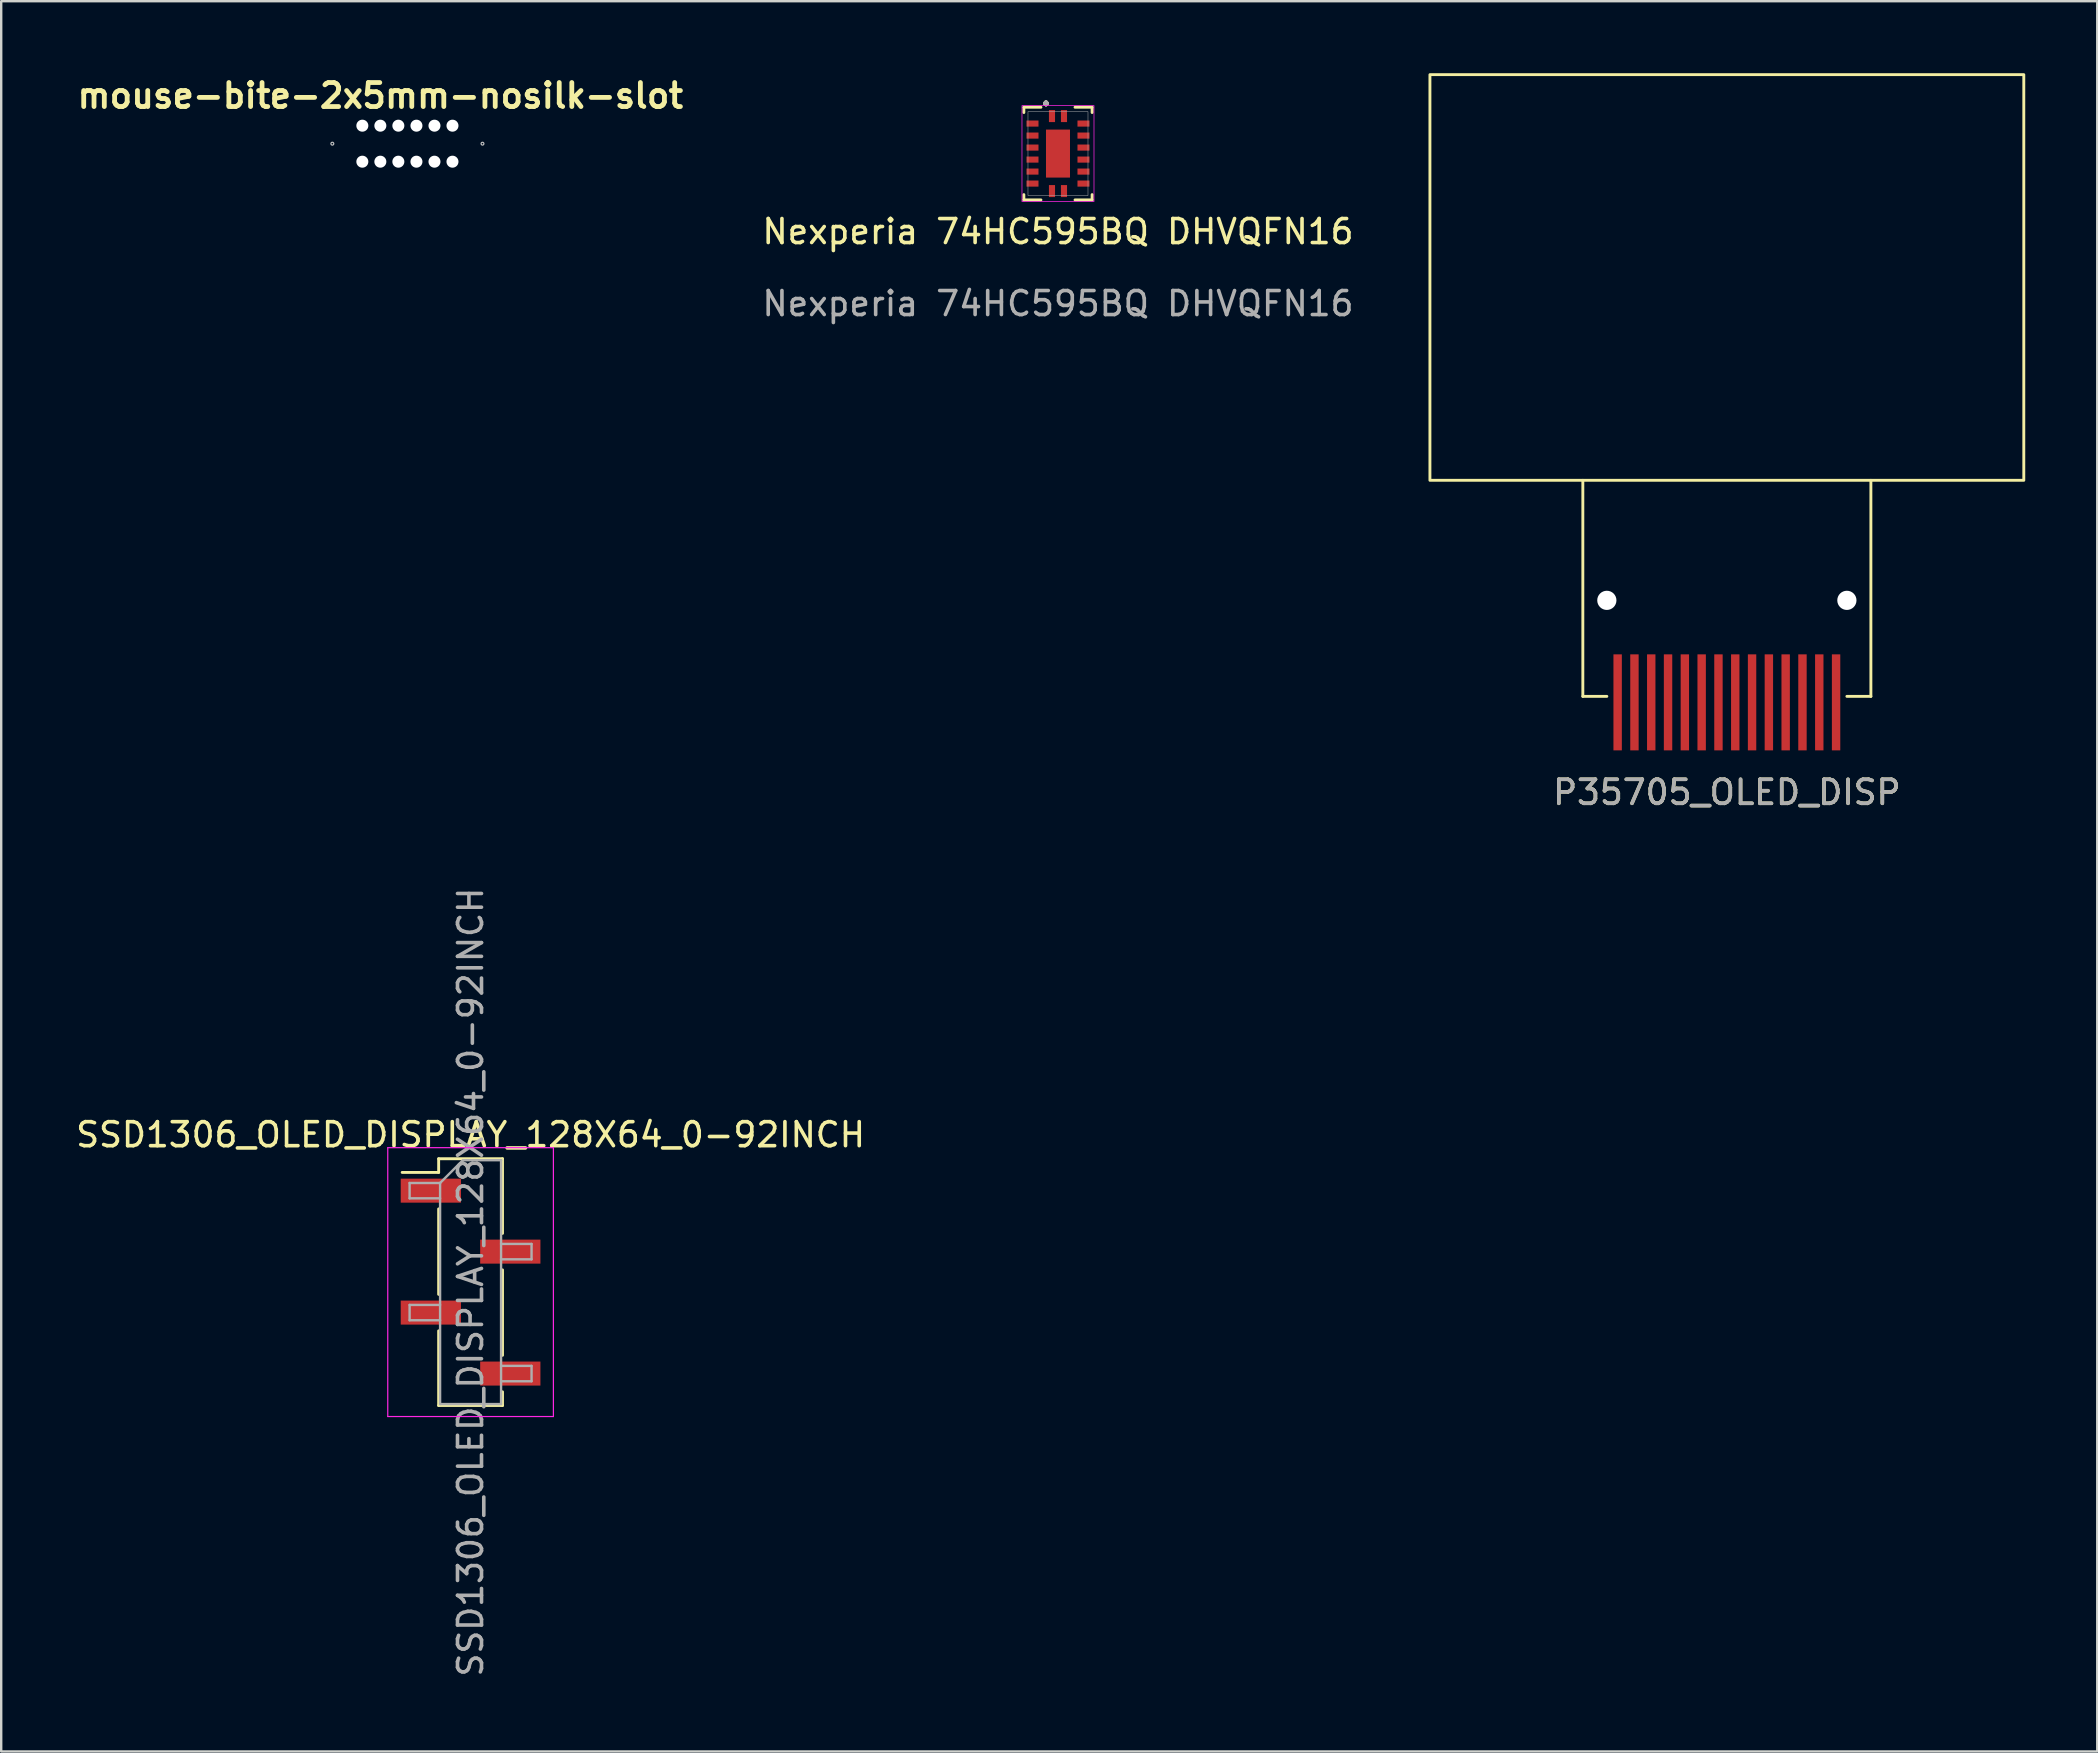
<source format=kicad_pcb>
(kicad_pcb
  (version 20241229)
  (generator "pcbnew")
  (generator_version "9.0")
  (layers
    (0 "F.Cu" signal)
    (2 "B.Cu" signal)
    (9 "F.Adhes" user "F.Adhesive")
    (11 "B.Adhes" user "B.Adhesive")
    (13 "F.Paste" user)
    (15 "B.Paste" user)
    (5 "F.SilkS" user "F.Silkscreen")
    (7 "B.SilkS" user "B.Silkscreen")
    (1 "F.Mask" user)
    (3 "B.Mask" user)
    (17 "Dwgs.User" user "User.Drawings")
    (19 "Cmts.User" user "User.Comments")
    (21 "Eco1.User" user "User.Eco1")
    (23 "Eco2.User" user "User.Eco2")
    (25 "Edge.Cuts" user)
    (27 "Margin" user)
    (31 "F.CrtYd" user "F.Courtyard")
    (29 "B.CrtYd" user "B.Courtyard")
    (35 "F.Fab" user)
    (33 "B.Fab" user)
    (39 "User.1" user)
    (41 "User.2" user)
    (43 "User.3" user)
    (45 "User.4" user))
  (footprint "SSD1306_OLED_DISPLAY_128X64_0-92INCH"
    (layer "F.Cu")
    (at 16.554 50.362)
    (property "Reference" "SSD1306_OLED_DISPLAY_128X64_0-92INCH" (at 0 -6.14 0) (layer "F.SilkS") (effects (font (size 1 1) (thickness 0.15))))
    (attr smd)
    (fp_line (start -1.33 -5.14) (end -1.33 -4.57) (stroke (width 0.12) (type solid)) (layer "F.SilkS"))
    (fp_line (start -1.33 -5.14) (end 1.33 -5.14) (stroke (width 0.12) (type solid)) (layer "F.SilkS"))
    (fp_line (start -1.33 -4.57) (end -2.85 -4.57) (stroke (width 0.12) (type solid)) (layer "F.SilkS"))
    (fp_line (start -1.33 -3.05) (end -1.33 0.51) (stroke (width 0.12) (type solid)) (layer "F.SilkS"))
    (fp_line (start -1.33 2.03) (end -1.33 5.14) (stroke (width 0.12) (type solid)) (layer "F.SilkS"))
    (fp_line (start -1.33 5.14) (end 1.33 5.14) (stroke (width 0.12) (type solid)) (layer "F.SilkS"))
    (fp_line (start 1.33 -5.14) (end 1.33 -2.03) (stroke (width 0.12) (type solid)) (layer "F.SilkS"))
    (fp_line (start 1.33 -0.51) (end 1.33 3.05) (stroke (width 0.12) (type solid)) (layer "F.SilkS"))
    (fp_line (start 1.33 4.57) (end 1.33 5.14) (stroke (width 0.12) (type solid)) (layer "F.SilkS"))
    (fp_rect (start -1.5 -12.35) (end 25.5 12.35) (stroke (width 0.12) (type solid)) (fill no) (layer "Eco1.User"))
    (fp_rect (start 3.6 -12.35) (end 17.5 12.35) (stroke (width 0.12) (type solid)) (fill no) (layer "Eco1.User"))
    (fp_circle (center 0.5 -10.25) (end 1.9 -10.25) (stroke (width 0.12) (type solid)) (fill no) (layer "Eco1.User"))
    (fp_circle (center 0.5 10.25) (end 1.9 10.25) (stroke (width 0.12) (type solid)) (fill no) (layer "Eco1.User"))
    (fp_circle (center 23.5 -10.25) (end 22.1 -10.25) (stroke (width 0.12) (type solid)) (fill no) (layer "Eco1.User"))
    (fp_circle (center 23.5 10.25) (end 22.1 10.25) (stroke (width 0.12) (type solid)) (fill no) (layer "Eco1.User"))
    (fp_line (start -3.45 -5.6) (end -3.45 5.6) (stroke (width 0.05) (type solid)) (layer "F.CrtYd"))
    (fp_line (start -3.45 5.6) (end 3.45 5.6) (stroke (width 0.05) (type solid)) (layer "F.CrtYd"))
    (fp_line (start 3.45 -5.6) (end -3.45 -5.6) (stroke (width 0.05) (type solid)) (layer "F.CrtYd"))
    (fp_line (start 3.45 5.6) (end 3.45 -5.6) (stroke (width 0.05) (type solid)) (layer "F.CrtYd"))
    (fp_line (start -2.54 -4.13) (end -2.54 -3.49) (stroke (width 0.1) (type solid)) (layer "F.Fab"))
    (fp_line (start -2.54 -3.49) (end -1.27 -3.49) (stroke (width 0.1) (type solid)) (layer "F.Fab"))
    (fp_line (start -2.54 0.95) (end -2.54 1.59) (stroke (width 0.1) (type solid)) (layer "F.Fab"))
    (fp_line (start -2.54 1.59) (end -1.27 1.59) (stroke (width 0.1) (type solid)) (layer "F.Fab"))
    (fp_line (start -1.27 -4.13) (end -2.54 -4.13) (stroke (width 0.1) (type solid)) (layer "F.Fab"))
    (fp_line (start -1.27 -4.13) (end -0.32 -5.08) (stroke (width 0.1) (type solid)) (layer "F.Fab"))
    (fp_line (start -1.27 0.95) (end -2.54 0.95) (stroke (width 0.1) (type solid)) (layer "F.Fab"))
    (fp_line (start -1.27 5.08) (end -1.27 -4.13) (stroke (width 0.1) (type solid)) (layer "F.Fab"))
    (fp_line (start -0.32 -5.08) (end 1.27 -5.08) (stroke (width 0.1) (type solid)) (layer "F.Fab"))
    (fp_line (start 1.27 -5.08) (end 1.27 5.08) (stroke (width 0.1) (type solid)) (layer "F.Fab"))
    (fp_line (start 1.27 -1.59) (end 2.54 -1.59) (stroke (width 0.1) (type solid)) (layer "F.Fab"))
    (fp_line (start 1.27 3.49) (end 2.54 3.49) (stroke (width 0.1) (type solid)) (layer "F.Fab"))
    (fp_line (start 1.27 5.08) (end -1.27 5.08) (stroke (width 0.1) (type solid)) (layer "F.Fab"))
    (fp_line (start 2.54 -1.59) (end 2.54 -0.95) (stroke (width 0.1) (type solid)) (layer "F.Fab"))
    (fp_line (start 2.54 -0.95) (end 1.27 -0.95) (stroke (width 0.1) (type solid)) (layer "F.Fab"))
    (fp_line (start 2.54 3.49) (end 2.54 4.13) (stroke (width 0.1) (type solid)) (layer "F.Fab"))
    (fp_line (start 2.54 4.13) (end 1.27 4.13) (stroke (width 0.1) (type solid)) (layer "F.Fab"))
    (fp_text user "${REFERENCE}" (at 0 0 90) (layer "F.Fab") (effects (font (size 1 1) (thickness 0.15))))
    (pad "1" smd rect (at -1.655 -3.81) (size 2.51 1) (layers "F.Cu" "F.Mask" "F.Paste"))
    (pad "2" smd rect (at 1.655 -1.27) (size 2.51 1) (layers "F.Cu" "F.Mask" "F.Paste"))
    (pad "3" smd rect (at -1.655 1.27) (size 2.51 1) (layers "F.Cu" "F.Mask" "F.Paste"))
    (pad "4" smd rect (at 1.655 3.81) (size 2.51 1) (layers "F.Cu" "F.Mask" "F.Paste")))
  (footprint "mouse-bite-2x5mm-nosilk-slot"
    (layer "F.Cu")
    (at 12.795 2.936)
    (property "Reference" "mouse-bite-2x5mm-nosilk-slot" (at 0 -2 0) (layer "F.SilkS") (effects (font (size 1 1) (thickness 0.2))))
    (attr through_hole)
    (fp_circle (center -2 0) (end -2 -0.06) (stroke (width 0.05) (type solid)) (fill no) (layer "Dwgs.User"))
    (fp_circle (center 4.255 0) (end 4.314 0) (stroke (width 0.05) (type solid)) (fill no) (layer "Dwgs.User"))
    (pad "" np_thru_hole circle (at -0.75 -0.75) (size 0.5 0.5) (drill 0.5) (layers "*.Cu" "*.Mask"))
    (pad "" np_thru_hole circle (at -0.75 0.75) (size 0.5 0.5) (drill 0.5) (layers "*.Cu" "*.Mask"))
    (pad "" np_thru_hole circle (at 0 -0.75) (size 0.5 0.5) (drill 0.5) (layers "*.Cu" "*.Mask"))
    (pad "" np_thru_hole circle (at 0 0.75) (size 0.5 0.5) (drill 0.5) (layers "*.Cu" "*.Mask"))
    (pad "" np_thru_hole circle (at 0.75 -0.75) (size 0.5 0.5) (drill 0.5) (layers "*.Cu" "*.Mask"))
    (pad "" np_thru_hole circle (at 0.75 0.75) (size 0.5 0.5) (drill 0.5) (layers "*.Cu" "*.Mask"))
    (pad "" np_thru_hole circle (at 1.504 -0.75) (size 0.5 0.5) (drill 0.5) (layers "*.Cu" "*.Mask"))
    (pad "" np_thru_hole circle (at 1.504 0.75) (size 0.5 0.5) (drill 0.5) (layers "*.Cu" "*.Mask"))
    (pad "" np_thru_hole circle (at 2.255 -0.75) (size 0.5 0.5) (drill 0.5) (layers "*.Cu" "*.Mask"))
    (pad "" np_thru_hole circle (at 2.255 0.75) (size 0.5 0.5) (drill 0.5) (layers "*.Cu" "*.Mask"))
    (pad "" np_thru_hole circle (at 3.005 -0.75) (size 0.5 0.5) (drill 0.5) (layers "*.Cu" "*.Mask"))
    (pad "" np_thru_hole circle (at 3.005 0.75) (size 0.5 0.5) (drill 0.5) (layers "*.Cu" "*.Mask")))
  (footprint "P35705_OLED_DISP"
    (layer "F.Cu")
    (at 68.89 26.21)
    (property "Reference" "P35705_OLED_DISP" (at 0 3.75 0) (unlocked yes) (layer "F.SilkS") (effects (font (size 1 1) (thickness 0.15))))
    (attr smd)
    (fp_line (start -6 -0.25) (end -6 -9.25) (stroke (width 0.12) (type solid)) (layer "F.SilkS"))
    (fp_line (start -6 -0.25) (end -5 -0.25) (stroke (width 0.12) (type solid)) (layer "F.SilkS"))
    (fp_line (start 6 -0.25) (end 5 -0.25) (stroke (width 0.12) (type solid)) (layer "F.SilkS"))
    (fp_line (start 6 -0.25) (end 6 -9.25) (stroke (width 0.12) (type solid)) (layer "F.SilkS"))
    (fp_rect (start -12.37 -26.15) (end 12.37 -9.25) (stroke (width 0.12) (type solid)) (fill no) (layer "F.SilkS"))
    (fp_text user "${REFERENCE}" (at 0 3.75 0) (unlocked yes) (layer "F.Fab") (effects (font (size 1 1) (thickness 0.15))))
    (pad "" np_thru_hole circle (at -5 -4.25) (size 0.8 0.8) (drill 0.8) (layers "*.Cu" "*.Mask"))
    (pad "" np_thru_hole circle (at 5 -4.25) (size 0.8 0.8) (drill 0.8) (layers "*.Cu" "*.Mask"))
    (pad "1" smd rect (at -4.55 0) (size 0.35 4) (layers "F.Cu" "F.Mask" "F.Paste"))
    (pad "2" smd rect (at -3.85 0) (size 0.35 4) (layers "F.Cu" "F.Mask" "F.Paste"))
    (pad "3" smd rect (at -3.15 0) (size 0.35 4) (layers "F.Cu" "F.Mask" "F.Paste"))
    (pad "4" smd rect (at -2.45 0) (size 0.35 4) (layers "F.Cu" "F.Mask" "F.Paste"))
    (pad "5" smd rect (at -1.75 0) (size 0.35 4) (layers "F.Cu" "F.Mask" "F.Paste"))
    (pad "6" smd rect (at -1.05 0) (size 0.35 4) (layers "F.Cu" "F.Mask" "F.Paste"))
    (pad "7" smd rect (at -0.35 0) (size 0.35 4) (layers "F.Cu" "F.Mask" "F.Paste"))
    (pad "8" smd rect (at 0.35 0) (size 0.35 4) (layers "F.Cu" "F.Mask" "F.Paste"))
    (pad "9" smd rect (at 1.05 0) (size 0.35 4) (layers "F.Cu" "F.Mask" "F.Paste"))
    (pad "10" smd rect (at 1.75 0) (size 0.35 4) (layers "F.Cu" "F.Mask" "F.Paste"))
    (pad "11" smd rect (at 2.45 0) (size 0.35 4) (layers "F.Cu" "F.Mask" "F.Paste"))
    (pad "12" smd rect (at 3.15 0) (size 0.35 4) (layers "F.Cu" "F.Mask" "F.Paste"))
    (pad "13" smd rect (at 3.85 0) (size 0.35 4) (layers "F.Cu" "F.Mask" "F.Paste"))
    (pad "14" smd rect (at 4.55 0) (size 0.35 4) (layers "F.Cu" "F.Mask" "F.Paste")))
  (footprint "Nexperia 74HC595BQ DHVQFN16"
    (layer "F.Cu")
    (at 41.025 3.348)
    (property "Reference" "Nexperia 74HC595BQ DHVQFN16" (at 0 3.25 0) (unlocked yes) (layer "F.SilkS") (effects (font (size 1 1) (thickness 0.15))))
    (attr smd)
    (fp_line (start -1.422 -1.93) (end -1.422 -1.71) (stroke (width 0.12) (type solid)) (layer "F.SilkS"))
    (fp_line (start -1.422 1.71) (end -1.422 1.93) (stroke (width 0.12) (type solid)) (layer "F.SilkS"))
    (fp_line (start -1.422 1.93) (end -0.71 1.93) (stroke (width 0.12) (type solid)) (layer "F.SilkS"))
    (fp_line (start -0.71 -1.93) (end -1.422 -1.93) (stroke (width 0.12) (type solid)) (layer "F.SilkS"))
    (fp_line (start 0.71 1.93) (end 1.422 1.93) (stroke (width 0.12) (type solid)) (layer "F.SilkS"))
    (fp_line (start 1.422 -1.93) (end 0.71 -1.93) (stroke (width 0.12) (type solid)) (layer "F.SilkS"))
    (fp_line (start 1.422 -1.71) (end 1.422 -1.93) (stroke (width 0.12) (type solid)) (layer "F.SilkS"))
    (fp_line (start 1.422 1.93) (end 1.422 1.71) (stroke (width 0.12) (type solid)) (layer "F.SilkS"))
    (fp_rect (start -1.5 -2) (end 1.5 2) (stroke (width 0.03) (type default)) (fill no) (layer "F.CrtYd"))
    (fp_rect (start -1.25 -1.75) (end 1.25 1.75) (stroke (width 0.02) (type default)) (fill no) (layer "F.Fab"))
    (fp_text user "." (at -0.5 -2.5 0) (layer "F.SilkS") (effects (font (size 1 1) (thickness 0.15))))
    (fp_text user "." (at -0.5 -2.5 0) (layer "F.Fab") (effects (font (size 1 1) (thickness 0.15))))
    (fp_text user "${REFERENCE}" (at 0 6.25 0) (unlocked yes) (layer "F.Fab") (effects (font (size 1 1) (thickness 0.15))))
    (pad "1" smd rect (at -0.25 -1.562) (size 0.254 0.5) (layers "F.Cu" "F.Mask" "F.Paste"))
    (pad "2" smd rect (at -1.062 -1.25 90) (size 0.254 0.5) (layers "F.Cu" "F.Mask" "F.Paste"))
    (pad "3" smd rect (at -1.062 -0.75 90) (size 0.254 0.5) (layers "F.Cu" "F.Mask" "F.Paste"))
    (pad "4" smd rect (at -1.062 -0.25 90) (size 0.254 0.5) (layers "F.Cu" "F.Mask" "F.Paste"))
    (pad "5" smd rect (at -1.062 0.25 90) (size 0.254 0.5) (layers "F.Cu" "F.Mask" "F.Paste"))
    (pad "6" smd rect (at -1.062 0.75 90) (size 0.254 0.5) (layers "F.Cu" "F.Mask" "F.Paste"))
    (pad "7" smd rect (at -1.062 1.25 90) (size 0.254 0.5) (layers "F.Cu" "F.Mask" "F.Paste"))
    (pad "8" smd rect (at -0.25 1.562) (size 0.254 0.5) (layers "F.Cu" "F.Mask" "F.Paste"))
    (pad "9" smd rect (at 0.25 1.562) (size 0.254 0.5) (layers "F.Cu" "F.Mask" "F.Paste"))
    (pad "10" smd rect (at 1.062 1.25 90) (size 0.254 0.5) (layers "F.Cu" "F.Mask" "F.Paste"))
    (pad "11" smd rect (at 1.062 0.75 90) (size 0.254 0.5) (layers "F.Cu" "F.Mask" "F.Paste"))
    (pad "12" smd rect (at 1.062 0.25 90) (size 0.254 0.5) (layers "F.Cu" "F.Mask" "F.Paste"))
    (pad "13" smd rect (at 1.062 -0.25 90) (size 0.254 0.5) (layers "F.Cu" "F.Mask" "F.Paste"))
    (pad "14" smd rect (at 1.062 -0.75 90) (size 0.254 0.5) (layers "F.Cu" "F.Mask" "F.Paste"))
    (pad "15" smd rect (at 1.062 -1.25 90) (size 0.254 0.5) (layers "F.Cu" "F.Mask" "F.Paste"))
    (pad "16" smd rect (at 0.25 -1.562) (size 0.254 0.5) (layers "F.Cu" "F.Mask" "F.Paste"))
    (pad "17" smd rect (at 0 0) (size 1 2) (layers "F.Cu" "F.Mask" "F.Paste")))
  (gr_rect
    (start -3 -3)
    (end 84.32 69.915)
    (stroke (width 0.1) (type default))
    (fill no)
    (layer "Edge.Cuts")))
</source>
